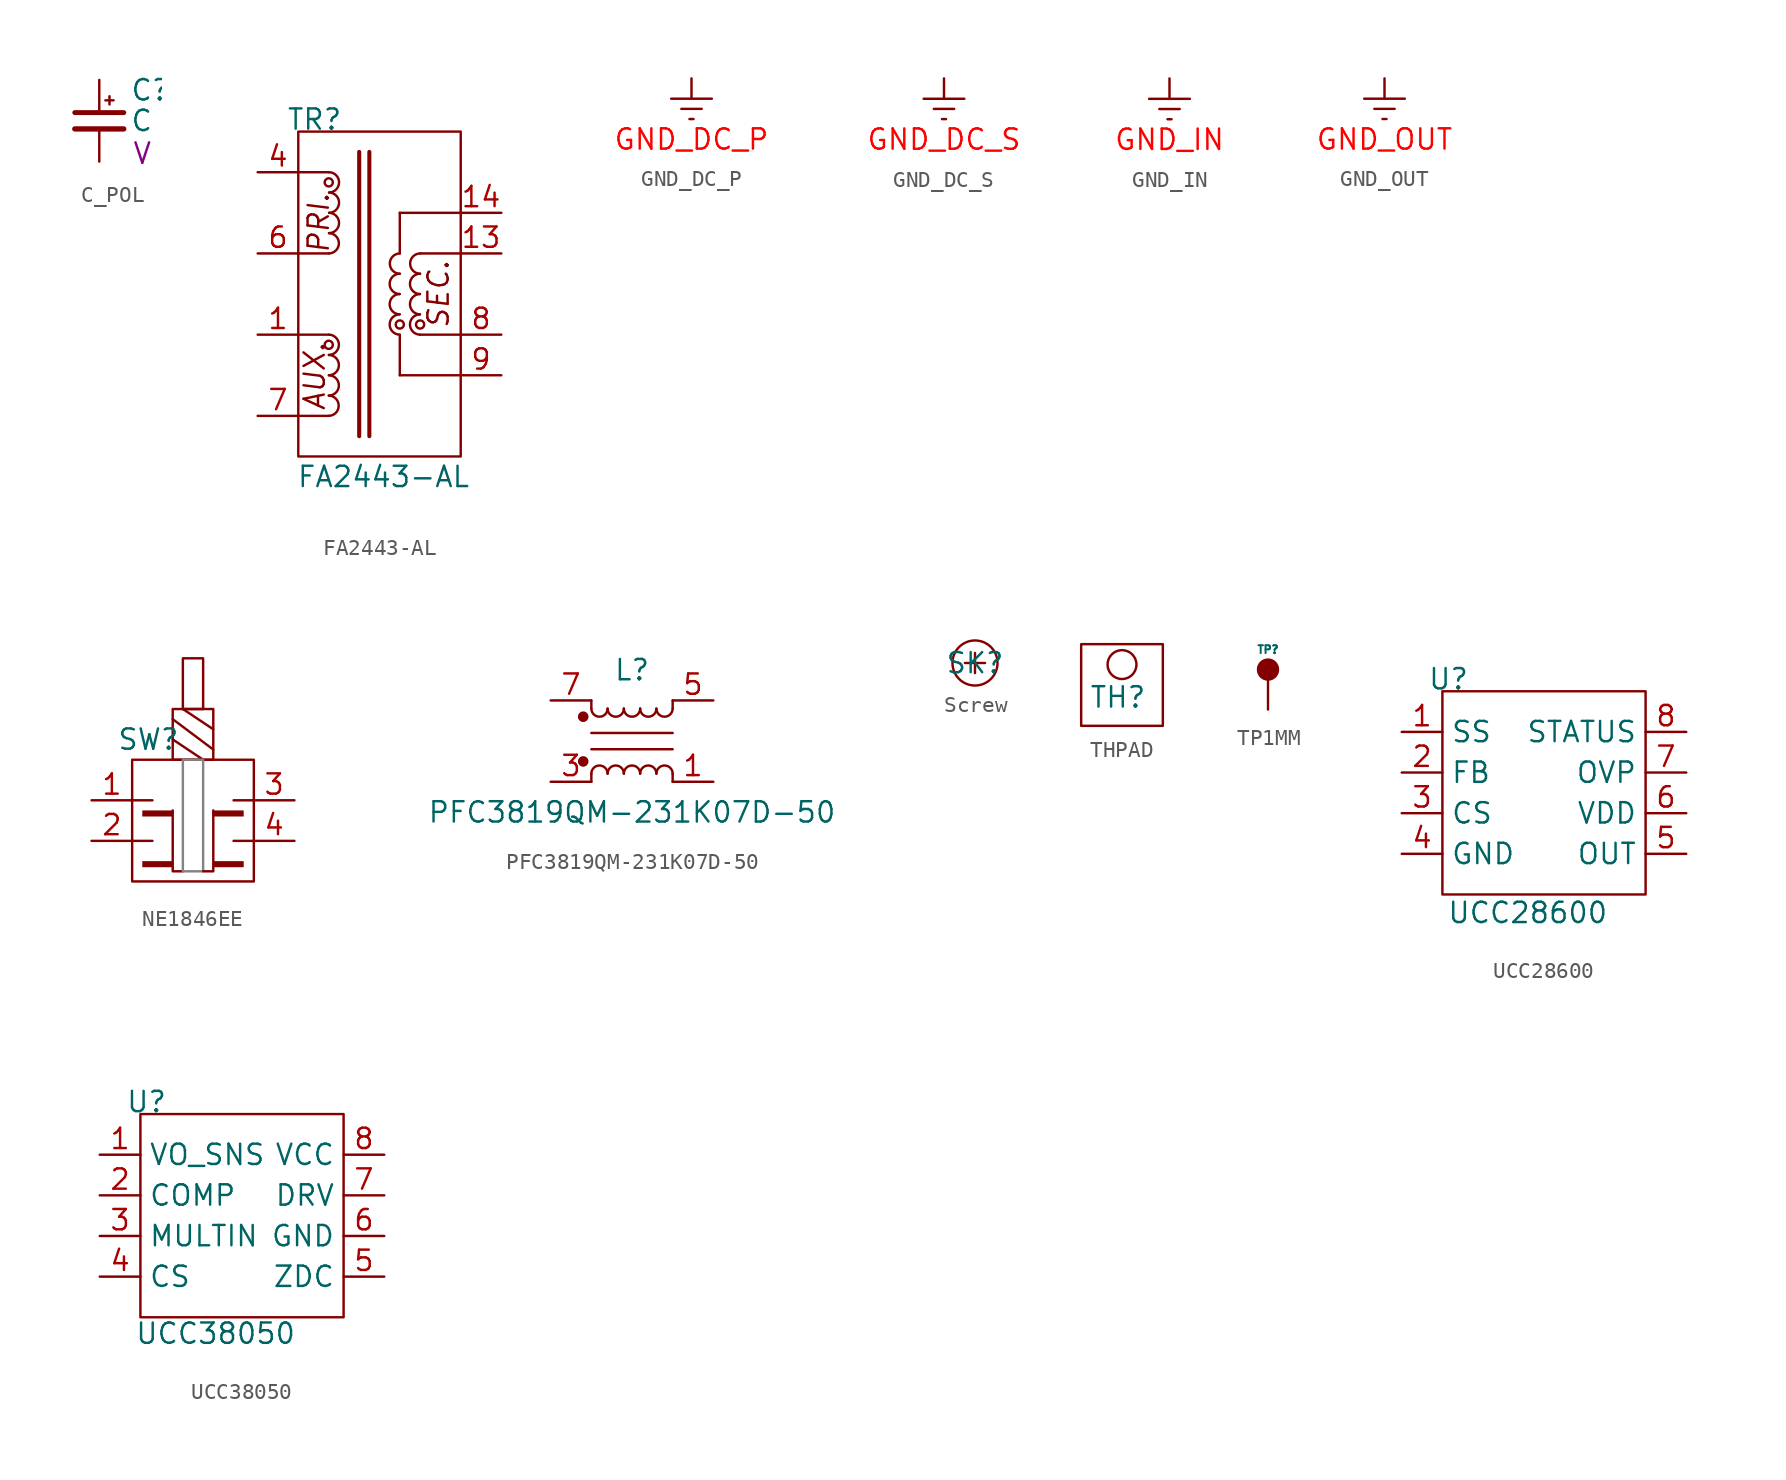
<source format=kicad_sym>
(kicad_symbol_lib
  (version 20240819)
  (generator "kicad_symbol_editor")
  (generator_version "8.99")
  (symbol "C_POL"
    (pin_numbers
      (hide yes))
    (pin_names
      (offset 0.254)
      (hide yes))
    (property "Reference" "C"
      (at 1.905 1.905 0)
      (do_not_autoplace)
      (effects (font (size 1.27 1.27)) (justify left)))
    (property "Value" "C"
      (at 1.905 0 0)
      (do_not_autoplace)
      (effects (font (size 1.27 1.27)) (justify left)))
    (property "VOLTAGE" "V"
      (at 2.032 -2.032 0)
      (do_not_autoplace)
      (effects (font (size 1.27 1.27)) (justify left)))
    (symbol "C_POL_0_1"
      (polyline (pts (xy -1.524 0.508) (xy 1.524 0.508)) (stroke (width 0.305) (type default)) (fill (type none)))
      (polyline (pts (xy -1.524 -0.508) (xy 1.524 -0.508)) (stroke (width 0.33) (type default)) (fill (type none)))
      (polyline (pts (xy 0.381 1.27) (xy 0.889 1.27)) (stroke (width 0) (type default)) (fill (type none)))
      (polyline (pts (xy 0.635 1.016) (xy 0.635 1.524)) (stroke (width 0) (type default)) (fill (type none))))
    (symbol "C_POL_1_1"
      (pin passive line (at 0 2.54 270) (length 2.032) (name "~" (effects (font (size 1.27 1.27)))) (number "1" (effects (font (size 1.27 1.27)))))
      (pin passive line (at 0 -2.54 90) (length 2.032) (name "~" (effects (font (size 1.27 1.27)))) (number "2" (effects (font (size 1.27 1.27)))))))
  (symbol "FA2443-AL"
    (pin_names
      (hide yes))
    (property "Reference" "TR"
      (at 1.016 0.762 0)
      (do_not_autoplace)
      (effects (font (size 1.27 1.27))))
    (property "Value" "FA2443-AL"
      (at 5.334 -21.59 0)
      (do_not_autoplace)
      (effects (font (size 1.27 1.27))))
    (symbol "FA2443-AL_0_1"
      (rectangle (start 0 0) (end 10.16 -20.32) (stroke (width 0) (type default)) (fill (type none)))
      (arc (start 1.905 -16.51) (mid 2.5291 -17.145) (end 1.905 -17.78) (stroke (width 0) (type default)) (fill (type none)))
      (circle (center 1.905 -3.175) (radius 0.254) (stroke (width 0) (type default)) (fill (type none)))
      (arc (start 1.916 -6.35) (mid 2.5401 -6.985) (end 1.916 -7.62) (stroke (width 0) (type default)) (fill (type none)))
      (polyline (pts (xy 1.905 -12.7) (xy 0 -12.7)) (stroke (width 0) (type default)) (fill (type none)))
      (circle (center 1.905 -13.335) (radius 0.254) (stroke (width 0) (type default)) (fill (type none)))
      (arc (start 1.916 -12.7) (mid 2.5401 -13.335) (end 1.916 -13.97) (stroke (width 0) (type default)) (fill (type none)))
      (arc (start 1.916 -13.97) (mid 2.5401 -14.605) (end 1.916 -15.24) (stroke (width 0) (type default)) (fill (type none)))
      (arc (start 1.916 -15.24) (mid 2.5401 -15.875) (end 1.916 -16.51) (stroke (width 0) (type default)) (fill (type none)))
      (polyline (pts (xy 1.905 -17.78) (xy 0 -17.78)) (stroke (width 0) (type default)) (fill (type none)))
      (polyline (pts (xy 1.916 -2.54) (xy 0.011 -2.54)) (stroke (width 0) (type default)) (fill (type none)))
      (arc (start 1.927 -2.54) (mid 2.5511 -3.175) (end 1.927 -3.81) (stroke (width 0) (type default)) (fill (type none)))
      (arc (start 1.927 -3.81) (mid 2.5511 -4.445) (end 1.927 -5.08) (stroke (width 0) (type default)) (fill (type none)))
      (arc (start 1.927 -5.08) (mid 2.5511 -5.715) (end 1.927 -6.35) (stroke (width 0) (type default)) (fill (type none)))
      (polyline (pts (xy 1.916 -7.62) (xy 0.011 -7.62)) (stroke (width 0) (type default)) (fill (type none)))
      (polyline (pts (xy 6.35 -5.08) (xy 10.16 -5.08)) (stroke (width 0) (type default)) (fill (type none)))
      (polyline (pts (xy 6.35 -7.62) (xy 6.35 -5.08)) (stroke (width 0) (type default)) (fill (type none)))
      (arc (start 6.339 -10.16) (mid 5.7149 -9.525) (end 6.339 -8.89) (stroke (width 0) (type default)) (fill (type none)))
      (arc (start 6.339 -11.43) (mid 5.7149 -10.795) (end 6.339 -10.16) (stroke (width 0) (type default)) (fill (type none)))
      (arc (start 6.339 -12.7) (mid 5.7149 -12.065) (end 6.339 -11.43) (stroke (width 0) (type default)) (fill (type none)))
      (circle (center 6.35 -12.065) (radius 0.254) (stroke (width 0) (type default)) (fill (type none)))
      (polyline (pts (xy 6.35 -12.7) (xy 6.35 -15.24)) (stroke (width 0) (type default)) (fill (type none)))
      (polyline (pts (xy 6.35 -15.24) (xy 10.16 -15.24)) (stroke (width 0) (type default)) (fill (type none)))
      (arc (start 6.35 -8.89) (mid 5.7259 -8.255) (end 6.35 -7.62) (stroke (width 0) (type default)) (fill (type none)))
      (polyline (pts (xy 7.62 -7.62) (xy 10.16 -7.62)) (stroke (width 0) (type default)) (fill (type none)))
      (arc (start 7.609 -10.16) (mid 6.9849 -9.525) (end 7.609 -8.89) (stroke (width 0) (type default)) (fill (type none)))
      (arc (start 7.609 -11.43) (mid 6.9849 -10.795) (end 7.609 -10.16) (stroke (width 0) (type default)) (fill (type none)))
      (circle (center 7.62 -12.065) (radius 0.254) (stroke (width 0) (type default)) (fill (type none)))
      (arc (start 7.609 -12.7) (mid 6.9849 -12.065) (end 7.609 -11.43) (stroke (width 0) (type default)) (fill (type none)))
      (polyline (pts (xy 7.62 -12.7) (xy 10.16 -12.7)) (stroke (width 0) (type default)) (fill (type none)))
      (arc (start 7.62 -8.89) (mid 6.9959 -8.255) (end 7.62 -7.62) (stroke (width 0) (type default)) (fill (type none)))
      (text "AUX." (at 1.016 -15.291 900) (effects (font (size 1.27 1.27) (italic yes))))
      (text "PRI." (at 1.27 -5.715 900) (effects (font (size 1.27 1.27) (italic yes))))
      (text "SEC." (at 8.763 -10.16 900) (effects (font (size 1.27 1.27) (italic yes)))))
    (symbol "FA2443-AL_1_1"
      (polyline (pts (xy 3.81 -19.05) (xy 3.81 -1.27)) (stroke (width 0.254) (type default)) (fill (type none)))
      (polyline (pts (xy 4.445 -1.27) (xy 4.445 -19.05)) (stroke (width 0.254) (type default)) (fill (type none)))
      (pin input line (at -2.54 -2.54 0) (length 2.54) (name "4" (effects (font (size 1.27 1.27)))) (number "4" (effects (font (size 1.27 1.27)))))
      (pin input line (at -2.54 -7.62 0) (length 2.54) (name "6" (effects (font (size 1.27 1.27)))) (number "6" (effects (font (size 1.27 1.27)))))
      (pin input line (at -2.54 -12.7 0) (length 2.54) (name "1" (effects (font (size 1.27 1.27)))) (number "1" (effects (font (size 1.27 1.27)))))
      (pin input line (at -2.54 -17.78 0) (length 2.54) (name "7" (effects (font (size 1.27 1.27)))) (number "7" (effects (font (size 1.27 1.27)))))
      (pin input line (at 12.7 -5.08 180) (length 2.54) (name "14" (effects (font (size 1.27 1.27)))) (number "14" (effects (font (size 1.27 1.27)))))
      (pin input line (at 12.7 -7.62 180) (length 2.54) (name "13" (effects (font (size 1.27 1.27)))) (number "13" (effects (font (size 1.27 1.27)))))
      (pin input line (at 12.7 -12.7 180) (length 2.54) (name "8" (effects (font (size 1.27 1.27)))) (number "8" (effects (font (size 1.27 1.27)))))
      (pin input line (at 12.7 -15.24 180) (length 2.54) (name "9" (effects (font (size 1.27 1.27)))) (number "9" (effects (font (size 1.27 1.27)))))))
  (symbol "GND_DC_P"
    (power)
    (pin_numbers
      (hide yes))
    (pin_names
      (offset 0)
      (hide yes))
    (property "Reference" "#PWR"
      (at 0 -6.35 0)
      (effects (font (size 1.27 1.27)) (hide yes)))
    (property "Value" "GND_DC_P"
      (at 0 -3.81 0)
      (effects (font (size 1.27 1.27) (color 255 0 0 1))))
    (symbol "GND_DC_P_0_1"
      (polyline (pts (xy -0.635 -1.905) (xy 0.635 -1.905)) (stroke (width 0) (type default)) (fill (type none)))
      (polyline (pts (xy -0.127 -2.54) (xy 0.127 -2.54)) (stroke (width 0) (type default)) (fill (type none)))
      (polyline (pts (xy 0 -1.27) (xy 0 0)) (stroke (width 0) (type default)) (fill (type none)))
      (polyline (pts (xy 1.27 -1.27) (xy -1.27 -1.27)) (stroke (width 0) (type default)) (fill (type none))))
    (symbol "GND_DC_P_1_1"
      (pin power_in line (at 0 0 270) (length 0) (hide yes) (name "GND_DC_P" (effects (font (size 1.27 1.27)))) (number "1" (effects (font (size 1.27 1.27)))))))
  (symbol "GND_DC_S"
    (power)
    (pin_numbers
      (hide yes))
    (pin_names
      (offset 0)
      (hide yes))
    (property "Reference" "#PWR"
      (at 0 -6.35 0)
      (effects (font (size 1.27 1.27)) (hide yes)))
    (property "Value" "GND_DC_S"
      (at 0 -3.81 0)
      (effects (font (size 1.27 1.27) (color 255 0 0 1))))
    (symbol "GND_DC_S_0_1"
      (polyline (pts (xy -0.635 -1.905) (xy 0.635 -1.905)) (stroke (width 0) (type default)) (fill (type none)))
      (polyline (pts (xy -0.127 -2.54) (xy 0.127 -2.54)) (stroke (width 0) (type default)) (fill (type none)))
      (polyline (pts (xy 0 -1.27) (xy 0 0)) (stroke (width 0) (type default)) (fill (type none)))
      (polyline (pts (xy 1.27 -1.27) (xy -1.27 -1.27)) (stroke (width 0) (type default)) (fill (type none))))
    (symbol "GND_DC_S_1_1"
      (pin power_in line (at 0 0 270) (length 0) (hide yes) (name "GND_DC_P" (effects (font (size 1.27 1.27)))) (number "1" (effects (font (size 1.27 1.27)))))))
  (symbol "GND_IN"
    (power)
    (pin_numbers
      (hide yes))
    (pin_names
      (offset 0)
      (hide yes))
    (property "Reference" "#PWR"
      (at 0 -6.35 0)
      (effects (font (size 1.27 1.27)) (hide yes)))
    (property "Value" "GND_IN"
      (at 0 -3.81 0)
      (effects (font (size 1.27 1.27) (color 255 0 0 1))))
    (symbol "GND_IN_0_1"
      (polyline (pts (xy -0.635 -1.905) (xy 0.635 -1.905)) (stroke (width 0) (type default)) (fill (type none)))
      (polyline (pts (xy -0.127 -2.54) (xy 0.127 -2.54)) (stroke (width 0) (type default)) (fill (type none)))
      (polyline (pts (xy 0 -1.27) (xy 0 0)) (stroke (width 0) (type default)) (fill (type none)))
      (polyline (pts (xy 1.27 -1.27) (xy -1.27 -1.27)) (stroke (width 0) (type default)) (fill (type none))))
    (symbol "GND_IN_1_1"
      (pin power_in line (at 0 0 270) (length 0) (hide yes) (name "GND_IN" (effects (font (size 1.27 1.27)))) (number "1" (effects (font (size 1.27 1.27)))))))
  (symbol "GND_OUT"
    (power)
    (pin_numbers
      (hide yes))
    (pin_names
      (offset 0)
      (hide yes))
    (property "Reference" "#PWR"
      (at 0 -6.35 0)
      (effects (font (size 1.27 1.27)) (hide yes)))
    (property "Value" "GND_OUT"
      (at 0 -3.81 0)
      (effects (font (size 1.27 1.27) (color 255 0 0 1))))
    (symbol "GND_OUT_0_1"
      (polyline (pts (xy -0.635 -1.905) (xy 0.635 -1.905)) (stroke (width 0) (type default)) (fill (type none)))
      (polyline (pts (xy -0.127 -2.54) (xy 0.127 -2.54)) (stroke (width 0) (type default)) (fill (type none)))
      (polyline (pts (xy 0 -1.27) (xy 0 0)) (stroke (width 0) (type default)) (fill (type none)))
      (polyline (pts (xy 1.27 -1.27) (xy -1.27 -1.27)) (stroke (width 0) (type default)) (fill (type none))))
    (symbol "GND_OUT_1_1"
      (pin power_in line (at 0 0 270) (length 0) (hide yes) (name "GND_OUT" (effects (font (size 1.27 1.27)))) (number "1" (effects (font (size 1.27 1.27)))))))
  (symbol "NE1846EE"
    (pin_names
      (hide yes))
    (property "Reference" "SW"
      (at 3.556 3.81 0)
      (effects (font (size 1.27 1.27))))
    (property "Value" ""
      (at 2.54 5.08 0)
      (effects (font (size 1.27 1.27))))
    (symbol "NE1846EE_0_1"
      (rectangle (start 2.54 2.54) (end 10.16 -5.08) (stroke (width 0) (type default)) (fill (type none)))
      (polyline (pts (xy 2.54 0) (xy 3.81 0)) (stroke (width 0) (type default)) (fill (type none)))
      (polyline (pts (xy 2.54 -2.54) (xy 3.81 -2.54)) (stroke (width 0) (type default)) (fill (type none)))
      (rectangle (start 5.08 5.715) (end 7.62 2.54) (stroke (width 0) (type default)) (fill (type none)))
      (polyline (pts (xy 5.08 5.08) (xy 7.62 3.175)) (stroke (width 0) (type default)) (fill (type none)))
      (polyline (pts (xy 5.08 3.81) (xy 6.985 2.54)) (stroke (width 0) (type default)) (fill (type none)))
      (rectangle (start 5.715 8.89) (end 6.985 5.715) (stroke (width 0) (type default)) (fill (type none)))
      (polyline (pts (xy 5.715 5.715) (xy 7.62 4.445)) (stroke (width 0) (type default)) (fill (type none)))
      (polyline (pts (xy 8.89 0) (xy 10.16 0)) (stroke (width 0) (type default)) (fill (type none)))
      (polyline (pts (xy 8.89 -2.54) (xy 10.16 -2.54)) (stroke (width 0) (type default)) (fill (type none))))
    (symbol "NE1846EE_1_1"
      (rectangle (start 3.175 -1.016) (end 5.08 -0.635) (stroke (width -0.0001) (type default) (color 0 0 0 1)) (fill (type color) (color 132 0 0 1)))
      (rectangle (start 3.175 -4.191) (end 5.08 -3.81) (stroke (width -0.0001) (type default) (color 0 0 0 1)) (fill (type color) (color 132 0 0 1)))
      (polyline (pts (xy 5.08 -0.635) (xy 5.08 -4.445) (xy 5.715 -4.445)) (stroke (width 0) (type default)) (fill (type none)))
      (rectangle (start 5.715 2.54) (end 6.985 -4.445) (stroke (width 0) (type solid) (color 132 132 132 1)) (fill (type none)))
      (rectangle (start 7.62 -0.635) (end 9.525 -1.016) (stroke (width -0.0001) (type default) (color 0 0 0 1)) (fill (type color) (color 132 0 0 1)))
      (polyline (pts (xy 7.62 -0.635) (xy 7.62 -4.445) (xy 6.985 -4.445)) (stroke (width 0) (type default)) (fill (type none)))
      (rectangle (start 7.62 -3.81) (end 9.525 -4.191) (stroke (width -0.0001) (type default) (color 0 0 0 1)) (fill (type color) (color 132 0 0 1)))
      (pin input line (at 0 0 0) (length 2.54) (name "1" (effects (font (size 1.27 1.27)))) (number "1" (effects (font (size 1.27 1.27)))))
      (pin input line (at 0 -2.54 0) (length 2.54) (name "2" (effects (font (size 1.27 1.27)))) (number "2" (effects (font (size 1.27 1.27)))))
      (pin input line (at 12.7 0 180) (length 2.54) (name "3" (effects (font (size 1.27 1.27)))) (number "3" (effects (font (size 1.27 1.27)))))
      (pin input line (at 12.7 -2.54 180) (length 2.54) (name "4" (effects (font (size 1.27 1.27)))) (number "4" (effects (font (size 1.27 1.27)))))))
  (symbol "PFC3819QM-231K07D-50"
    (pin_names
      (hide yes))
    (property "Reference" "L"
      (at 0 4.445 0)
      (effects (font (size 1.27 1.27))))
    (property "Value" "PFC3819QM-231K07D-50"
      (at 0 -4.445 0)
      (effects (font (size 1.27 1.27))))
    (symbol "PFC3819QM-231K07D-50_0_1"
      (circle (center -3.048 1.524) (radius 0.254) (stroke (width 0) (type default)) (fill (type outline)))
      (circle (center -3.048 -1.27) (radius 0.254) (stroke (width 0) (type default)) (fill (type outline)))
      (polyline (pts (xy -2.54 2.032) (xy -2.54 2.54)) (stroke (width 0) (type default)) (fill (type none)))
      (polyline (pts (xy -2.54 0.508) (xy 2.54 0.508)) (stroke (width 0) (type default)) (fill (type none)))
      (polyline (pts (xy -2.54 -2.032) (xy -2.54 -2.54)) (stroke (width 0) (type default)) (fill (type none)))
      (arc (start -1.524 2.032) (mid -2.032 1.5262) (end -2.54 2.032) (stroke (width 0) (type default)) (fill (type none)))
      (arc (start -2.54 -2.032) (mid -2.032 -1.5262) (end -1.524 -2.032) (stroke (width 0) (type default)) (fill (type none)))
      (arc (start -0.508 2.032) (mid -1.016 1.5262) (end -1.524 2.032) (stroke (width 0) (type default)) (fill (type none)))
      (arc (start -1.524 -2.032) (mid -1.016 -1.5262) (end -0.508 -2.032) (stroke (width 0) (type default)) (fill (type none)))
      (arc (start 0.508 2.032) (mid 0 1.5262) (end -0.508 2.032) (stroke (width 0) (type default)) (fill (type none)))
      (arc (start -0.508 -2.032) (mid 0 -1.5262) (end 0.508 -2.032) (stroke (width 0) (type default)) (fill (type none)))
      (arc (start 1.524 2.032) (mid 1.016 1.5262) (end 0.508 2.032) (stroke (width 0) (type default)) (fill (type none)))
      (arc (start 0.508 -2.032) (mid 1.016 -1.5262) (end 1.524 -2.032) (stroke (width 0) (type default)) (fill (type none)))
      (arc (start 2.54 2.032) (mid 2.032 1.5262) (end 1.524 2.032) (stroke (width 0) (type default)) (fill (type none)))
      (arc (start 1.524 -2.032) (mid 2.032 -1.5262) (end 2.54 -2.032) (stroke (width 0) (type default)) (fill (type none)))
      (polyline (pts (xy 2.54 2.54) (xy 2.54 2.032)) (stroke (width 0) (type default)) (fill (type none)))
      (polyline (pts (xy 2.54 -0.508) (xy -2.54 -0.508)) (stroke (width 0) (type default)) (fill (type none)))
      (polyline (pts (xy 2.54 -2.032) (xy 2.54 -2.54)) (stroke (width 0) (type default)) (fill (type none))))
    (symbol "PFC3819QM-231K07D-50_1_1"
      (pin passive line (at -5.08 2.54 0) (length 2.54) (name "7" (effects (font (size 1.27 1.27)))) (number "7" (effects (font (size 1.27 1.27)))))
      (pin passive line (at -5.08 -2.54 0) (length 2.54) (name "3" (effects (font (size 1.27 1.27)))) (number "3" (effects (font (size 1.27 1.27)))))
      (pin passive line (at 5.08 2.54 180) (length 2.54) (name "5" (effects (font (size 1.27 1.27)))) (number "5" (effects (font (size 1.27 1.27)))))
      (pin passive line (at 5.08 -2.54 180) (length 2.54) (name "1" (effects (font (size 1.27 1.27)))) (number "1" (effects (font (size 1.27 1.27)))))))
  (symbol "Screw"
    (property "Reference" "SK"
      (at 0 0 0)
      (effects (font (size 1.27 1.27))))
    (property "Value" ""
      (at 0 0 0)
      (effects (font (size 1.27 1.27))))
    (symbol "Screw_0_1"
      (polyline (pts (xy -0.635 0) (xy 0.635 0)) (stroke (width 0) (type default)) (fill (type none)))
      (polyline (pts (xy 0 0.635) (xy 0 -0.635)) (stroke (width 0) (type default)) (fill (type none)))
      (circle (center 0 0) (radius 1.42) (stroke (width 0) (type default)) (fill (type none)))))
  (symbol "THPAD"
    (property "Reference" "TH"
      (at -0.254 -2.032 0)
      (effects (font (size 1.27 1.27))))
    (property "Value" ""
      (at 0 0 0)
      (effects (font (size 1.27 1.27))))
    (symbol "THPAD_0_1"
      (rectangle (start -2.54 1.27) (end 2.54 -3.81) (stroke (width 0) (type default)) (fill (type none)))
      (circle (center 0 0) (radius 0.898) (stroke (width 0) (type default)) (fill (type none)))))
  (symbol "TP1MM"
    (pin_numbers
      (hide yes))
    (pin_names
      (hide yes))
    (property "Reference" "TP"
      (at 0 1.27 0)
      (effects (font (size 0.5 0.5))))
    (symbol "TP1MM_0_1"
      (circle (center 0 0) (radius 0.635) (stroke (width 0) (type default) (color 132 0 0 1)) (fill (type color) (color 132 0 0 1)))
      (pin passive line (at 0 -2.54 90) (length 2.54) (name "1" (effects (font (size 1.27 1.27)))) (number "1" (effects (font (size 1.27 1.27)))))))
  (symbol "UCC28600"
    (property "Reference" "U"
      (at 0.381 0.762 0)
      (effects (font (size 1.27 1.27))))
    (property "Value" "UCC28600"
      (at 5.334 -13.843 0)
      (effects (font (size 1.27 1.27))))
    (symbol "UCC28600_0_1"
      (rectangle (start 0 0) (end 12.7 -12.7) (stroke (width 0) (type default)) (fill (type none))))
    (symbol "UCC28600_1_1"
      (pin input line (at -2.54 -2.54 0) (length 2.54) (name "SS" (effects (font (size 1.27 1.27)))) (number "1" (effects (font (size 1.27 1.27)))))
      (pin input line (at -2.54 -5.08 0) (length 2.54) (name "FB" (effects (font (size 1.27 1.27)))) (number "2" (effects (font (size 1.27 1.27)))))
      (pin input line (at -2.54 -7.62 0) (length 2.54) (name "CS" (effects (font (size 1.27 1.27)))) (number "3" (effects (font (size 1.27 1.27)))))
      (pin input line (at -2.54 -10.16 0) (length 2.54) (name "GND" (effects (font (size 1.27 1.27)))) (number "4" (effects (font (size 1.27 1.27)))))
      (pin input line (at 15.24 -2.54 180) (length 2.54) (name "STATUS" (effects (font (size 1.27 1.27)))) (number "8" (effects (font (size 1.27 1.27)))))
      (pin input line (at 15.24 -5.08 180) (length 2.54) (name "OVP" (effects (font (size 1.27 1.27)))) (number "7" (effects (font (size 1.27 1.27)))))
      (pin input line (at 15.24 -7.62 180) (length 2.54) (name "VDD" (effects (font (size 1.27 1.27)))) (number "6" (effects (font (size 1.27 1.27)))))
      (pin input line (at 15.24 -10.16 180) (length 2.54) (name "OUT" (effects (font (size 1.27 1.27)))) (number "5" (effects (font (size 1.27 1.27)))))))
  (symbol "UCC38050"
    (property "Reference" "U"
      (at 0.381 0.762 0)
      (effects (font (size 1.27 1.27))))
    (property "Value" "UCC38050"
      (at 4.699 -13.716 0)
      (effects (font (size 1.27 1.27))))
    (symbol "UCC38050_0_1"
      (rectangle (start 0 0) (end 12.7 -12.7) (stroke (width 0) (type default)) (fill (type none))))
    (symbol "UCC38050_1_1"
      (pin passive line (at -2.54 -2.54 0) (length 2.54) (name "VO_SNS" (effects (font (size 1.27 1.27)))) (number "1" (effects (font (size 1.27 1.27)))))
      (pin passive line (at -2.54 -5.08 0) (length 2.54) (name "COMP" (effects (font (size 1.27 1.27)))) (number "2" (effects (font (size 1.27 1.27)))))
      (pin passive line (at -2.54 -7.62 0) (length 2.54) (name "MULTIN" (effects (font (size 1.27 1.27)))) (number "3" (effects (font (size 1.27 1.27)))))
      (pin passive line (at -2.54 -10.16 0) (length 2.54) (name "CS" (effects (font (size 1.27 1.27)))) (number "4" (effects (font (size 1.27 1.27)))))
      (pin passive line (at 15.24 -2.54 180) (length 2.54) (name "VCC" (effects (font (size 1.27 1.27)))) (number "8" (effects (font (size 1.27 1.27)))))
      (pin passive line (at 15.24 -5.08 180) (length 2.54) (name "DRV" (effects (font (size 1.27 1.27)))) (number "7" (effects (font (size 1.27 1.27)))))
      (pin passive line (at 15.24 -7.62 180) (length 2.54) (name "GND" (effects (font (size 1.27 1.27)))) (number "6" (effects (font (size 1.27 1.27)))))
      (pin passive line (at 15.24 -10.16 180) (length 2.54) (name "ZDC" (effects (font (size 1.27 1.27)))) (number "5" (effects (font (size 1.27 1.27))))))))
</source>
